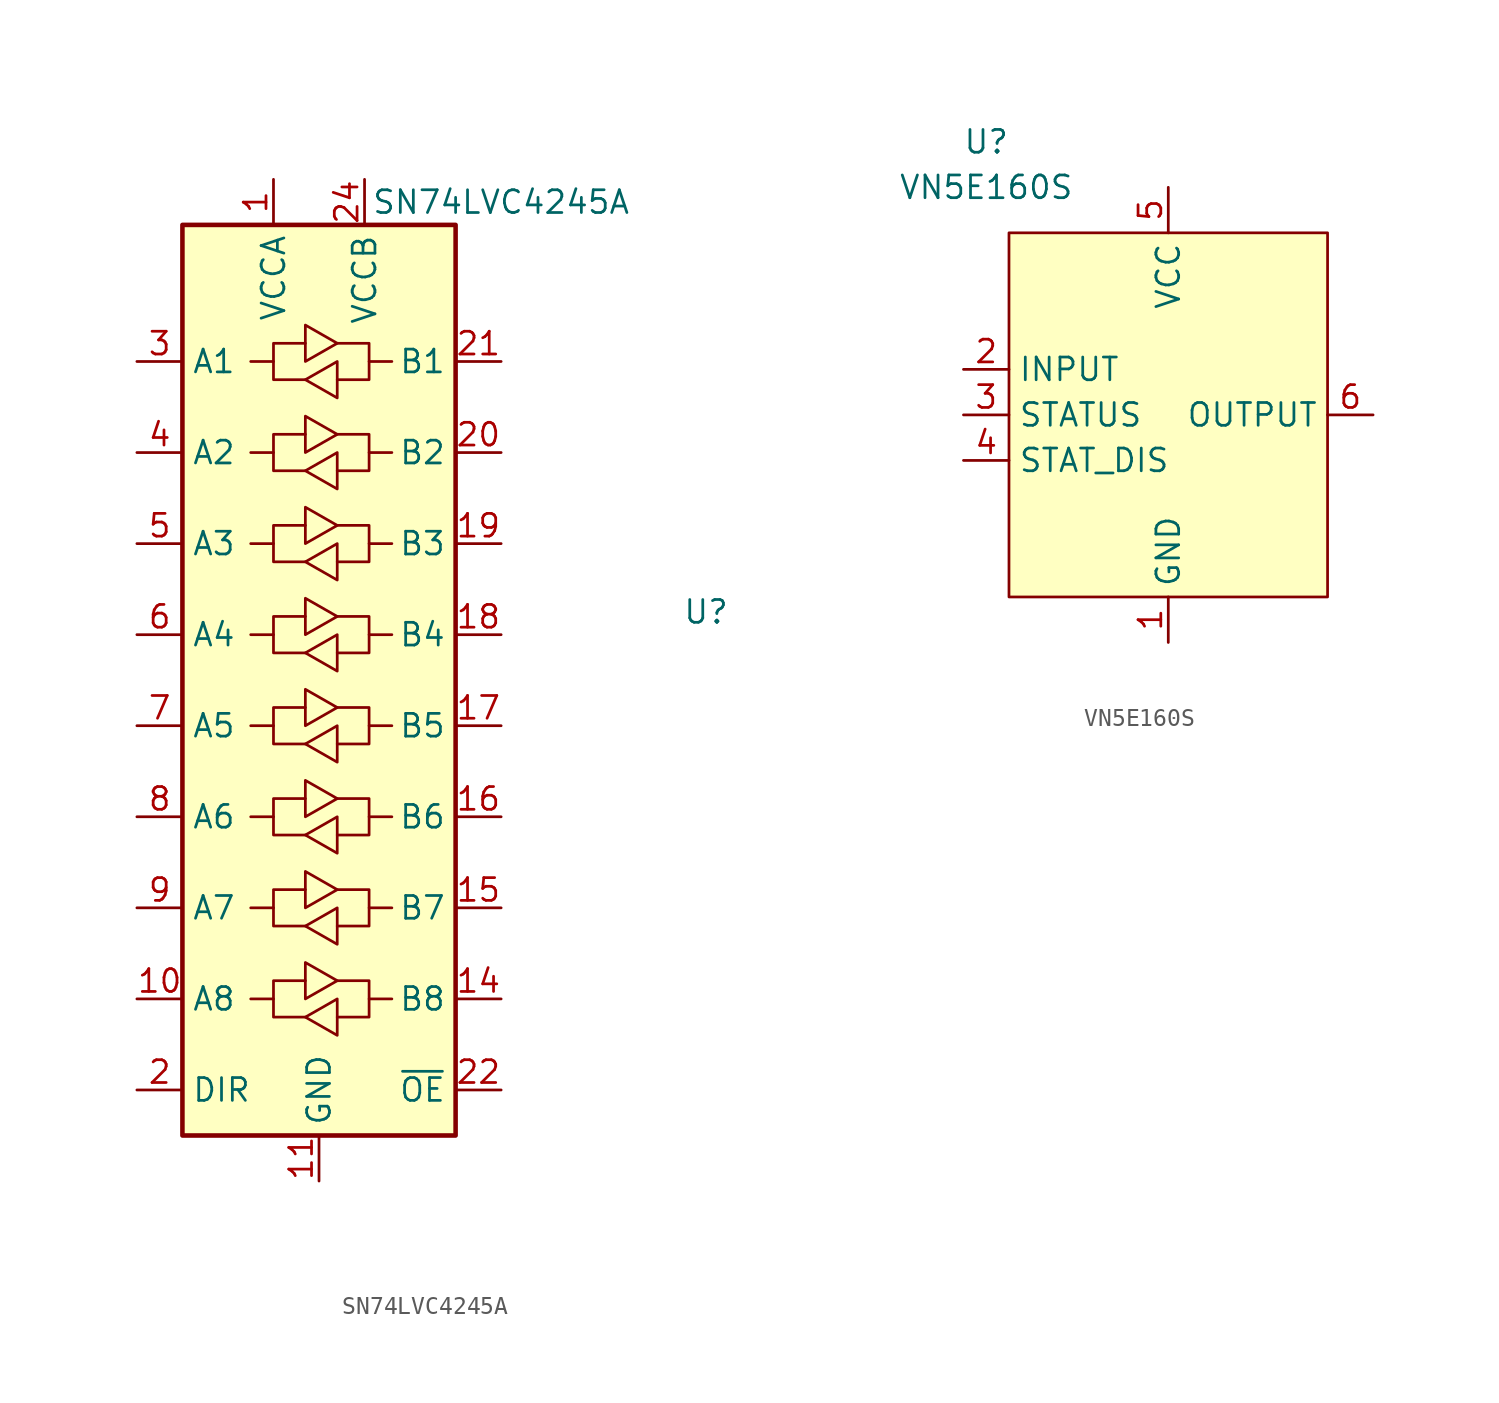
<source format=kicad_sym>
(kicad_symbol_lib
  (version 20220914)
  (generator kicad_symbol_editor)
  (symbol "SN74LVC4245A"
    (property "Reference" "U"
      (at 21.59 3.81 0)
      (effects (font (size 1.27 1.27))))
    (property "Value" "SN74LVC4245A"
      (at 10.16 26.67 0)
      (effects (font (size 1.27 1.27))))
    (symbol "SN74LVC4245A_1_1"
      (rectangle (start -7.62 25.4) (end 7.62 -25.4) (stroke (width 0.254) (type default)) (fill (type background)))
      (polyline (pts (xy -2.54 -17.78) (xy -2.54 -16.764) (xy -0.762 -16.764)) (stroke (width 0) (type default)) (fill (type none)))
      (polyline (pts (xy -2.54 -12.7) (xy -2.54 -11.684) (xy -0.762 -11.684)) (stroke (width 0) (type default)) (fill (type none)))
      (polyline (pts (xy -2.54 -7.62) (xy -2.54 -6.604) (xy -0.762 -6.604)) (stroke (width 0) (type default)) (fill (type none)))
      (polyline (pts (xy -2.54 -2.54) (xy -2.54 -1.524) (xy -0.762 -1.524)) (stroke (width 0) (type default)) (fill (type none)))
      (polyline (pts (xy -2.54 2.54) (xy -2.54 3.556) (xy -0.762 3.556)) (stroke (width 0) (type default)) (fill (type none)))
      (polyline (pts (xy -2.54 7.62) (xy -2.54 8.636) (xy -0.762 8.636)) (stroke (width 0) (type default)) (fill (type none)))
      (polyline (pts (xy -2.54 12.7) (xy -2.54 13.716) (xy -0.762 13.716)) (stroke (width 0) (type default)) (fill (type none)))
      (polyline (pts (xy -2.54 17.78) (xy -2.54 18.796) (xy -0.762 18.796)) (stroke (width 0) (type default)) (fill (type none)))
      (polyline (pts (xy 2.794 -17.78) (xy 2.794 -18.796) (xy 1.016 -18.796)) (stroke (width 0) (type default)) (fill (type none)))
      (polyline (pts (xy 2.794 -12.7) (xy 2.794 -13.716) (xy 1.016 -13.716)) (stroke (width 0) (type default)) (fill (type none)))
      (polyline (pts (xy 2.794 -7.62) (xy 2.794 -8.636) (xy 1.016 -8.636)) (stroke (width 0) (type default)) (fill (type none)))
      (polyline (pts (xy 2.794 -2.54) (xy 2.794 -3.556) (xy 1.016 -3.556)) (stroke (width 0) (type default)) (fill (type none)))
      (polyline (pts (xy 2.794 2.54) (xy 2.794 1.524) (xy 1.016 1.524)) (stroke (width 0) (type default)) (fill (type none)))
      (polyline (pts (xy 2.794 7.62) (xy 2.794 6.604) (xy 1.016 6.604)) (stroke (width 0) (type default)) (fill (type none)))
      (polyline (pts (xy 2.794 12.7) (xy 2.794 11.684) (xy 1.016 11.684)) (stroke (width 0) (type default)) (fill (type none)))
      (polyline (pts (xy 2.794 17.78) (xy 2.794 16.764) (xy 1.016 16.764)) (stroke (width 0) (type default)) (fill (type none)))
      (polyline (pts (xy -0.762 -18.796) (xy -2.54 -18.796) (xy -2.54 -17.78) (xy -3.81 -17.78)) (stroke (width 0) (type default)) (fill (type none)))
      (polyline (pts (xy -0.762 -17.78) (xy -0.762 -15.748) (xy 1.016 -16.764) (xy -0.762 -17.78)) (stroke (width 0) (type default)) (fill (type none)))
      (polyline (pts (xy -0.762 -13.716) (xy -2.54 -13.716) (xy -2.54 -12.7) (xy -3.81 -12.7)) (stroke (width 0) (type default)) (fill (type none)))
      (polyline (pts (xy -0.762 -12.7) (xy -0.762 -10.668) (xy 1.016 -11.684) (xy -0.762 -12.7)) (stroke (width 0) (type default)) (fill (type none)))
      (polyline (pts (xy -0.762 -8.636) (xy -2.54 -8.636) (xy -2.54 -7.62) (xy -3.81 -7.62)) (stroke (width 0) (type default)) (fill (type none)))
      (polyline (pts (xy -0.762 -7.62) (xy -0.762 -5.588) (xy 1.016 -6.604) (xy -0.762 -7.62)) (stroke (width 0) (type default)) (fill (type none)))
      (polyline (pts (xy -0.762 -3.556) (xy -2.54 -3.556) (xy -2.54 -2.54) (xy -3.81 -2.54)) (stroke (width 0) (type default)) (fill (type none)))
      (polyline (pts (xy -0.762 -2.54) (xy -0.762 -0.508) (xy 1.016 -1.524) (xy -0.762 -2.54)) (stroke (width 0) (type default)) (fill (type none)))
      (polyline (pts (xy -0.762 1.524) (xy -2.54 1.524) (xy -2.54 2.54) (xy -3.81 2.54)) (stroke (width 0) (type default)) (fill (type none)))
      (polyline (pts (xy -0.762 2.54) (xy -0.762 4.572) (xy 1.016 3.556) (xy -0.762 2.54)) (stroke (width 0) (type default)) (fill (type none)))
      (polyline (pts (xy -0.762 6.604) (xy -2.54 6.604) (xy -2.54 7.62) (xy -3.81 7.62)) (stroke (width 0) (type default)) (fill (type none)))
      (polyline (pts (xy -0.762 7.62) (xy -0.762 9.652) (xy 1.016 8.636) (xy -0.762 7.62)) (stroke (width 0) (type default)) (fill (type none)))
      (polyline (pts (xy -0.762 11.684) (xy -2.54 11.684) (xy -2.54 12.7) (xy -3.81 12.7)) (stroke (width 0) (type default)) (fill (type none)))
      (polyline (pts (xy -0.762 12.7) (xy -0.762 14.732) (xy 1.016 13.716) (xy -0.762 12.7)) (stroke (width 0) (type default)) (fill (type none)))
      (polyline (pts (xy -0.762 16.764) (xy -2.54 16.764) (xy -2.54 17.78) (xy -3.81 17.78)) (stroke (width 0) (type default)) (fill (type none)))
      (polyline (pts (xy -0.762 17.78) (xy -0.762 19.812) (xy 1.016 18.796) (xy -0.762 17.78)) (stroke (width 0) (type default)) (fill (type none)))
      (polyline (pts (xy 1.016 -16.764) (xy 2.794 -16.764) (xy 2.794 -17.78) (xy 4.064 -17.78)) (stroke (width 0) (type default)) (fill (type none)))
      (polyline (pts (xy 1.016 -11.684) (xy 2.794 -11.684) (xy 2.794 -12.7) (xy 4.064 -12.7)) (stroke (width 0) (type default)) (fill (type none)))
      (polyline (pts (xy 1.016 -6.604) (xy 2.794 -6.604) (xy 2.794 -7.62) (xy 4.064 -7.62)) (stroke (width 0) (type default)) (fill (type none)))
      (polyline (pts (xy 1.016 -1.524) (xy 2.794 -1.524) (xy 2.794 -2.54) (xy 4.064 -2.54)) (stroke (width 0) (type default)) (fill (type none)))
      (polyline (pts (xy 1.016 3.556) (xy 2.794 3.556) (xy 2.794 2.54) (xy 4.064 2.54)) (stroke (width 0) (type default)) (fill (type none)))
      (polyline (pts (xy 1.016 8.636) (xy 2.794 8.636) (xy 2.794 7.62) (xy 4.064 7.62)) (stroke (width 0) (type default)) (fill (type none)))
      (polyline (pts (xy 1.016 13.716) (xy 2.794 13.716) (xy 2.794 12.7) (xy 4.064 12.7)) (stroke (width 0) (type default)) (fill (type none)))
      (polyline (pts (xy 1.016 18.796) (xy 2.794 18.796) (xy 2.794 17.78) (xy 4.064 17.78)) (stroke (width 0) (type default)) (fill (type none)))
      (polyline (pts (xy 1.016 -17.78) (xy 1.016 -19.558) (xy 1.016 -19.812) (xy -0.762 -18.796) (xy 1.016 -17.78)) (stroke (width 0) (type default)) (fill (type none)))
      (polyline (pts (xy 1.016 -12.7) (xy 1.016 -14.478) (xy 1.016 -14.732) (xy -0.762 -13.716) (xy 1.016 -12.7)) (stroke (width 0) (type default)) (fill (type none)))
      (polyline (pts (xy 1.016 -7.62) (xy 1.016 -9.398) (xy 1.016 -9.652) (xy -0.762 -8.636) (xy 1.016 -7.62)) (stroke (width 0) (type default)) (fill (type none)))
      (polyline (pts (xy 1.016 -2.54) (xy 1.016 -4.318) (xy 1.016 -4.572) (xy -0.762 -3.556) (xy 1.016 -2.54)) (stroke (width 0) (type default)) (fill (type none)))
      (polyline (pts (xy 1.016 2.54) (xy 1.016 0.762) (xy 1.016 0.508) (xy -0.762 1.524) (xy 1.016 2.54)) (stroke (width 0) (type default)) (fill (type none)))
      (polyline (pts (xy 1.016 7.62) (xy 1.016 5.842) (xy 1.016 5.588) (xy -0.762 6.604) (xy 1.016 7.62)) (stroke (width 0) (type default)) (fill (type none)))
      (polyline (pts (xy 1.016 12.7) (xy 1.016 10.922) (xy 1.016 10.668) (xy -0.762 11.684) (xy 1.016 12.7)) (stroke (width 0) (type default)) (fill (type none)))
      (polyline (pts (xy 1.016 17.78) (xy 1.016 16.002) (xy 1.016 15.748) (xy -0.762 16.764) (xy 1.016 17.78)) (stroke (width 0) (type default)) (fill (type none)))
      (pin power_in line (at -2.54 27.94 270) (length 2.54) (name "VCCA" (effects (font (size 1.27 1.27)))) (number "1" (effects (font (size 1.27 1.27)))))
      (pin bidirectional line (at -10.16 -17.78 0) (length 2.54) (name "A8" (effects (font (size 1.27 1.27)))) (number "10" (effects (font (size 1.27 1.27)))))
      (pin power_in line (at 0 -27.94 90) (length 2.54) (name "GND" (effects (font (size 1.27 1.27)))) (number "11" (effects (font (size 1.27 1.27)))))
      (pin power_in line (at 0 -27.94 90) (length 2.54) hide (name "GND" (effects (font (size 1.27 1.27)))) (number "12" (effects (font (size 1.27 1.27)))))
      (pin power_in line (at 0 -27.94 90) (length 2.54) hide (name "GND" (effects (font (size 1.27 1.27)))) (number "13" (effects (font (size 1.27 1.27)))))
      (pin bidirectional line (at 10.16 -17.78 180) (length 2.54) (name "B8" (effects (font (size 1.27 1.27)))) (number "14" (effects (font (size 1.27 1.27)))))
      (pin bidirectional line (at 10.16 -12.7 180) (length 2.54) (name "B7" (effects (font (size 1.27 1.27)))) (number "15" (effects (font (size 1.27 1.27)))))
      (pin bidirectional line (at 10.16 -7.62 180) (length 2.54) (name "B6" (effects (font (size 1.27 1.27)))) (number "16" (effects (font (size 1.27 1.27)))))
      (pin bidirectional line (at 10.16 -2.54 180) (length 2.54) (name "B5" (effects (font (size 1.27 1.27)))) (number "17" (effects (font (size 1.27 1.27)))))
      (pin bidirectional line (at 10.16 2.54 180) (length 2.54) (name "B4" (effects (font (size 1.27 1.27)))) (number "18" (effects (font (size 1.27 1.27)))))
      (pin bidirectional line (at 10.16 7.62 180) (length 2.54) (name "B3" (effects (font (size 1.27 1.27)))) (number "19" (effects (font (size 1.27 1.27)))))
      (pin input line (at -10.16 -22.86 0) (length 2.54) (name "DIR" (effects (font (size 1.27 1.27)))) (number "2" (effects (font (size 1.27 1.27)))))
      (pin bidirectional line (at 10.16 12.7 180) (length 2.54) (name "B2" (effects (font (size 1.27 1.27)))) (number "20" (effects (font (size 1.27 1.27)))))
      (pin bidirectional line (at 10.16 17.78 180) (length 2.54) (name "B1" (effects (font (size 1.27 1.27)))) (number "21" (effects (font (size 1.27 1.27)))))
      (pin input line (at 10.16 -22.86 180) (length 2.54) (name "~{OE}" (effects (font (size 1.27 1.27)))) (number "22" (effects (font (size 1.27 1.27)))))
      (pin power_in line (at 2.54 27.94 270) (length 2.54) hide (name "VCCB" (effects (font (size 1.27 1.27)))) (number "23" (effects (font (size 1.27 1.27)))))
      (pin power_in line (at 2.54 27.94 270) (length 2.54) (name "VCCB" (effects (font (size 1.27 1.27)))) (number "24" (effects (font (size 1.27 1.27)))))
      (pin bidirectional line (at -10.16 17.78 0) (length 2.54) (name "A1" (effects (font (size 1.27 1.27)))) (number "3" (effects (font (size 1.27 1.27)))))
      (pin bidirectional line (at -10.16 12.7 0) (length 2.54) (name "A2" (effects (font (size 1.27 1.27)))) (number "4" (effects (font (size 1.27 1.27)))))
      (pin bidirectional line (at -10.16 7.62 0) (length 2.54) (name "A3" (effects (font (size 1.27 1.27)))) (number "5" (effects (font (size 1.27 1.27)))))
      (pin bidirectional line (at -10.16 2.54 0) (length 2.54) (name "A4" (effects (font (size 1.27 1.27)))) (number "6" (effects (font (size 1.27 1.27)))))
      (pin bidirectional line (at -10.16 -2.54 0) (length 2.54) (name "A5" (effects (font (size 1.27 1.27)))) (number "7" (effects (font (size 1.27 1.27)))))
      (pin bidirectional line (at -10.16 -7.62 0) (length 2.54) (name "A6" (effects (font (size 1.27 1.27)))) (number "8" (effects (font (size 1.27 1.27)))))
      (pin bidirectional line (at -10.16 -12.7 0) (length 2.54) (name "A7" (effects (font (size 1.27 1.27)))) (number "9" (effects (font (size 1.27 1.27)))))))
  (symbol "VN5E160S"
    (property "Reference" "U"
      (at -10.16 15.24 0)
      (effects (font (size 1.27 1.27))))
    (property "Value" "VN5E160S"
      (at -10.16 12.7 0)
      (effects (font (size 1.27 1.27))))
    (symbol "VN5E160S_0_1"
      (rectangle (start -8.89 10.16) (end 8.89 -10.16) (stroke (width 0) (type default)) (fill (type background))))
    (symbol "VN5E160S_1_1"
      (pin power_in line (at 0 -12.7 90) (length 2.54) (name "GND" (effects (font (size 1.27 1.27)))) (number "1" (effects (font (size 1.27 1.27)))))
      (pin input line (at -11.43 2.54 0) (length 2.54) (name "INPUT" (effects (font (size 1.27 1.27)))) (number "2" (effects (font (size 1.27 1.27)))))
      (pin output line (at -11.43 0 0) (length 2.54) (name "STATUS" (effects (font (size 1.27 1.27)))) (number "3" (effects (font (size 1.27 1.27)))))
      (pin input line (at -11.43 -2.54 0) (length 2.54) (name "STAT_DIS" (effects (font (size 1.27 1.27)))) (number "4" (effects (font (size 1.27 1.27)))))
      (pin power_in line (at 0 12.7 270) (length 2.54) (name "VCC" (effects (font (size 1.27 1.27)))) (number "5" (effects (font (size 1.27 1.27)))))
      (pin power_out line (at 11.43 0 180) (length 2.54) (name "OUTPUT" (effects (font (size 1.27 1.27)))) (number "6" (effects (font (size 1.27 1.27)))))
      (pin power_out line (at 11.43 0 180) (length 2.54) hide (name "OUTPUT" (effects (font (size 1.27 1.27)))) (number "7" (effects (font (size 1.27 1.27)))))
      (pin power_in line (at 0 12.7 270) (length 2.54) hide (name "VCC" (effects (font (size 1.27 1.27)))) (number "8" (effects (font (size 1.27 1.27))))))))
</source>
